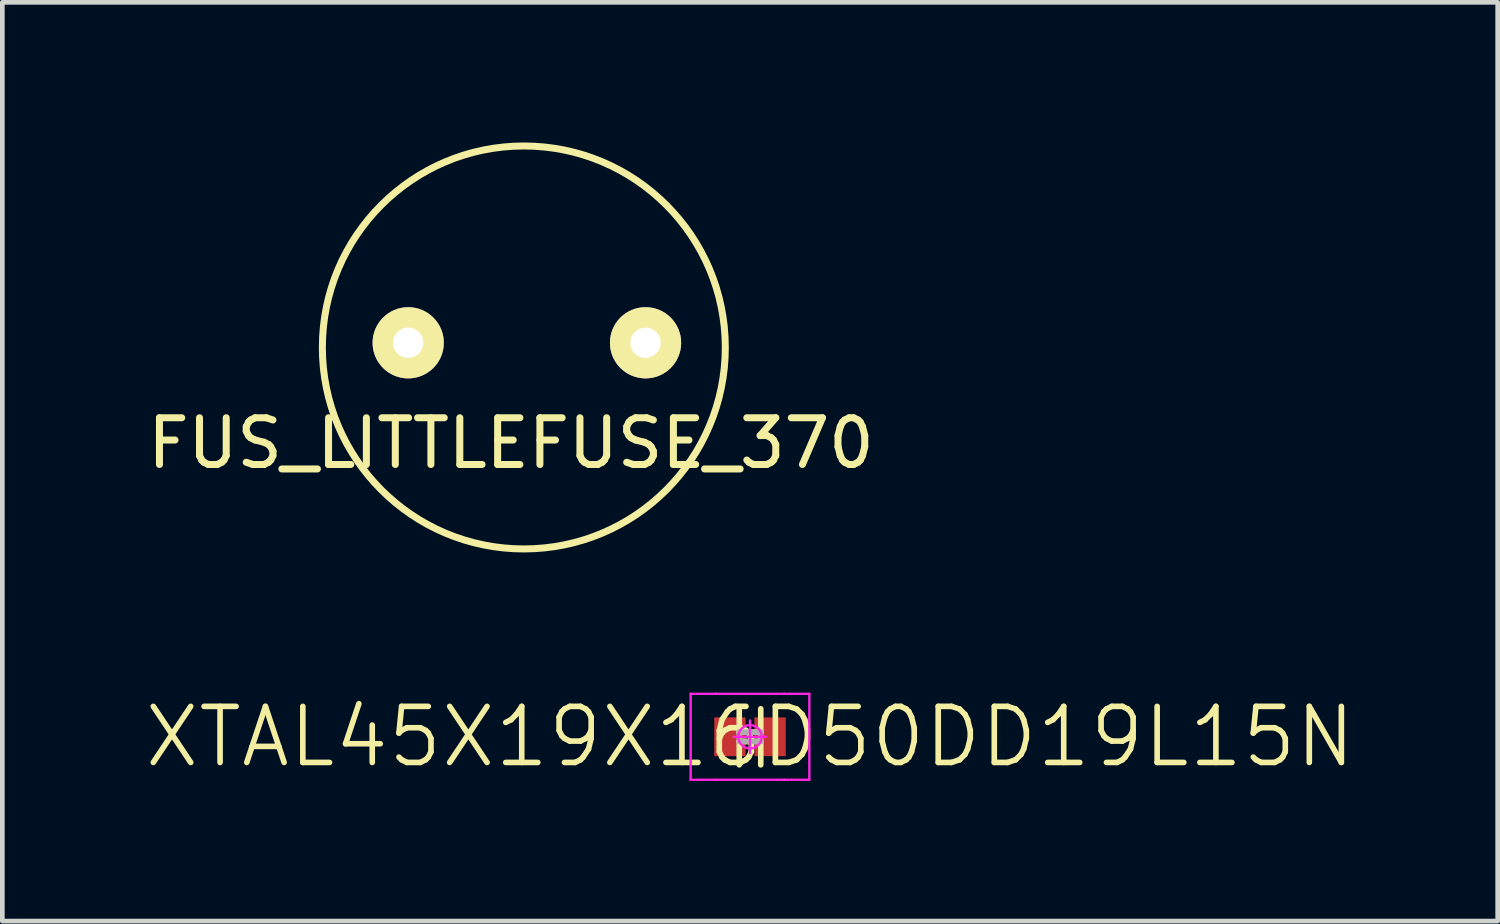
<source format=kicad_pcb>
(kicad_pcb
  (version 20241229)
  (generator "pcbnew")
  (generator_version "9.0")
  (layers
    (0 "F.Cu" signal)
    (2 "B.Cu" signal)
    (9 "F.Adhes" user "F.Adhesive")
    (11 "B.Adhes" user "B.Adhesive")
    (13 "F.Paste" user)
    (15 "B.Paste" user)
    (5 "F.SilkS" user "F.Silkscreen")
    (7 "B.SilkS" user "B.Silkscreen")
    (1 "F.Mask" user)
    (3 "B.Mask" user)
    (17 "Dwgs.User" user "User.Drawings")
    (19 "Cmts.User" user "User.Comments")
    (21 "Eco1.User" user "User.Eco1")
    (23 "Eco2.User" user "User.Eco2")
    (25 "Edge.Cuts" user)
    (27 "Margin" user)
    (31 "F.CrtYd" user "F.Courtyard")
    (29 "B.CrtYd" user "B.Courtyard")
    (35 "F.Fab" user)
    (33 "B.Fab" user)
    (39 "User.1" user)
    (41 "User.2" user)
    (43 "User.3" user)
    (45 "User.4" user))
  (footprint "FUS_LITTLEFUSE_370"
    (layer "F.Cu")
    (at 8.162 4.387)
    (property "Reference" "FUS_LITTLEFUSE_370" (at -0.275 2.05 0) (layer "F.SilkS") (effects (font (size 1 1) (thickness 0.15))))
    (attr through_hole)
    (fp_circle (center 0 0) (end 4.191 -1.016) (stroke (width 0.15) (type solid)) (fill no) (layer "F.SilkS"))
    (pad "1" thru_hole circle (at -2.475 -0.1) (size 1.524 1.524) (drill 0.65) (layers "*.Cu" "*.Mask" "F.SilkS"))
    (pad "2" thru_hole circle (at 2.605 -0.1) (size 1.524 1.524) (drill 0.65) (layers "*.Cu" "*.Mask" "F.SilkS")))
  (footprint "XTAL45X19X16D50DD19L15N"
    (layer "F.Cu")
    (at 13.003 12.72)
    (property "Reference" "XTAL45X19X16D50DD19L15N" (at 0 0 0) (layer "F.SilkS") (effects (font (size 1.2 1.2) (thickness 0.12))))
    (attr smd)
    (fp_line (start -0.23 -0.1) (end -0.23 -0.6) (stroke (width 0.12) (type solid)) (layer "F.SilkS"))
    (fp_line (start -0.23 0.1) (end -0.23 0.6) (stroke (width 0.12) (type solid)) (layer "F.SilkS"))
    (fp_line (start 0.23 -0.6) (end 0.23 -0.1) (stroke (width 0.12) (type solid)) (layer "F.SilkS"))
    (fp_line (start 0.23 -0.1) (end -0.23 -0.1) (stroke (width 0.12) (type solid)) (layer "F.SilkS"))
    (fp_line (start 0.23 0.1) (end -0.23 0.1) (stroke (width 0.12) (type solid)) (layer "F.SilkS"))
    (fp_line (start 0.23 0.6) (end 0.23 0.1) (stroke (width 0.12) (type solid)) (layer "F.SilkS"))
    (fp_line (start -1.27 -0.92) (end -1.27 0.92) (stroke (width 0.05) (type solid)) (layer "F.CrtYd"))
    (fp_line (start -1.27 0.92) (end -0.73 0.92) (stroke (width 0.05) (type solid)) (layer "F.CrtYd"))
    (fp_line (start -0.73 -0.92) (end -1.27 -0.92) (stroke (width 0.05) (type solid)) (layer "F.CrtYd"))
    (fp_line (start -0.73 -0.92) (end -0.73 -0.92) (stroke (width 0.05) (type solid)) (layer "F.CrtYd"))
    (fp_line (start -0.73 0.92) (end -0.73 0.92) (stroke (width 0.05) (type solid)) (layer "F.CrtYd"))
    (fp_line (start -0.73 0.92) (end 0.73 0.92) (stroke (width 0.05) (type solid)) (layer "F.CrtYd"))
    (fp_line (start 0 -0.35) (end 0 0.35) (stroke (width 0.05) (type solid)) (layer "F.CrtYd"))
    (fp_line (start 0.35 0) (end -0.35 0) (stroke (width 0.05) (type solid)) (layer "F.CrtYd"))
    (fp_line (start 0.73 -0.92) (end -0.73 -0.92) (stroke (width 0.05) (type solid)) (layer "F.CrtYd"))
    (fp_line (start 0.73 -0.92) (end 0.73 -0.92) (stroke (width 0.05) (type solid)) (layer "F.CrtYd"))
    (fp_line (start 0.73 0.92) (end 0.73 0.92) (stroke (width 0.05) (type solid)) (layer "F.CrtYd"))
    (fp_line (start 0.73 0.92) (end 1.27 0.92) (stroke (width 0.05) (type solid)) (layer "F.CrtYd"))
    (fp_line (start 1.27 -0.92) (end 0.73 -0.92) (stroke (width 0.05) (type solid)) (layer "F.CrtYd"))
    (fp_line (start 1.27 0.92) (end 1.27 -0.92) (stroke (width 0.05) (type solid)) (layer "F.CrtYd"))
    (fp_circle (center 0 0) (end 0 0.25) (stroke (width 0.05) (type solid)) (fill no) (layer "F.CrtYd"))
    (fp_line (start -0.23 -0.1) (end 0.23 -0.1) (stroke (width 0.12) (type solid)) (layer "F.Fab"))
    (fp_line (start -0.23 0.1) (end -0.23 -0.1) (stroke (width 0.12) (type solid)) (layer "F.Fab"))
    (fp_line (start 0.23 -0.1) (end 0.23 0.1) (stroke (width 0.12) (type solid)) (layer "F.Fab"))
    (fp_line (start 0.23 0.1) (end -0.23 0.1) (stroke (width 0.12) (type solid)) (layer "F.Fab"))
    (pad "1" smd rect (at -0.43 0) (size 0.67 0.83) (layers "F.Cu" "F.Mask" "F.Paste"))
    (pad "2" smd rect (at 0.43 0) (size 0.67 0.83) (layers "F.Cu" "F.Mask" "F.Paste")))
  (gr_rect
    (start -3 -3)
    (end 29.006 16.665)
    (stroke (width 0.1) (type default))
    (fill no)
    (layer "Edge.Cuts")))
</source>
